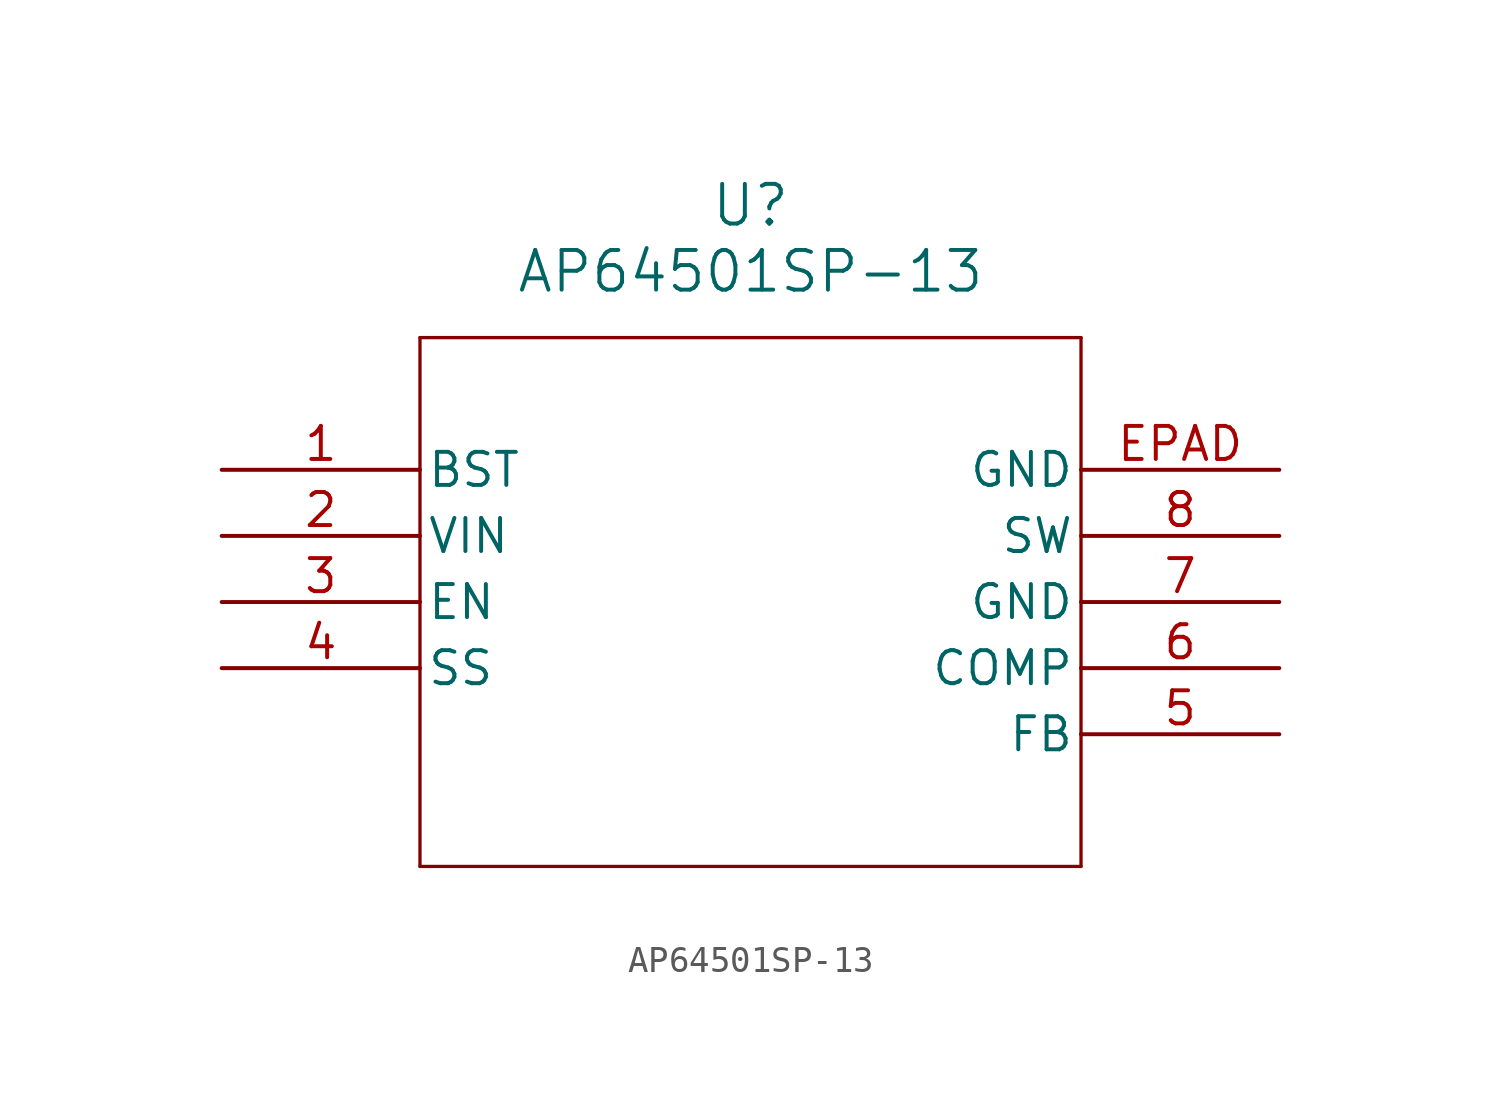
<source format=kicad_sym>
(kicad_symbol_lib
  (version 20211014)
  (generator kicad_symbol_editor)
  (symbol "AP64501SP-13"
    (pin_names
      (offset 0.254))
    (property "Reference" "U"
      (at 20.32 10.16 0)
      (effects (font (size 1.524 1.524))))
    (property "Value" "AP64501SP-13"
      (at 20.32 7.62 0)
      (effects (font (size 1.524 1.524))))
    (symbol "AP64501SP-13_0_1"
      (polyline (pts (xy 7.62 5.08) (xy 7.62 -15.24)) (stroke (width 0.127) (type default) (color 0 0 0 0)) (fill (type none)))
      (polyline (pts (xy 7.62 -15.24) (xy 33.02 -15.24)) (stroke (width 0.127) (type default) (color 0 0 0 0)) (fill (type none)))
      (polyline (pts (xy 33.02 -15.24) (xy 33.02 5.08)) (stroke (width 0.127) (type default) (color 0 0 0 0)) (fill (type none)))
      (polyline (pts (xy 33.02 5.08) (xy 7.62 5.08)) (stroke (width 0.127) (type default) (color 0 0 0 0)) (fill (type none)))
      (pin power_in line (at 0 0 0) (length 7.62) (name "BST" (effects (font (size 1.27 1.27)))) (number "1" (effects (font (size 1.27 1.27)))))
      (pin power_in line (at 0 -2.54 0) (length 7.62) (name "VIN" (effects (font (size 1.27 1.27)))) (number "2" (effects (font (size 1.27 1.27)))))
      (pin input line (at 0 -5.08 0) (length 7.62) (name "EN" (effects (font (size 1.27 1.27)))) (number "3" (effects (font (size 1.27 1.27)))))
      (pin input line (at 0 -7.62 0) (length 7.62) (name "SS" (effects (font (size 1.27 1.27)))) (number "4" (effects (font (size 1.27 1.27)))))
      (pin input line (at 40.64 -10.16 180) (length 7.62) (name "FB" (effects (font (size 1.27 1.27)))) (number "5" (effects (font (size 1.27 1.27)))))
      (pin unspecified line (at 40.64 -7.62 180) (length 7.62) (name "COMP" (effects (font (size 1.27 1.27)))) (number "6" (effects (font (size 1.27 1.27)))))
      (pin power_out line (at 40.64 -5.08 180) (length 7.62) (name "GND" (effects (font (size 1.27 1.27)))) (number "7" (effects (font (size 1.27 1.27)))))
      (pin output line (at 40.64 -2.54 180) (length 7.62) (name "SW" (effects (font (size 1.27 1.27)))) (number "8" (effects (font (size 1.27 1.27)))))
      (pin power_out line (at 40.64 0 180) (length 7.62) (name "GND" (effects (font (size 1.27 1.27)))) (number "EPAD" (effects (font (size 1.27 1.27))))))))
</source>
